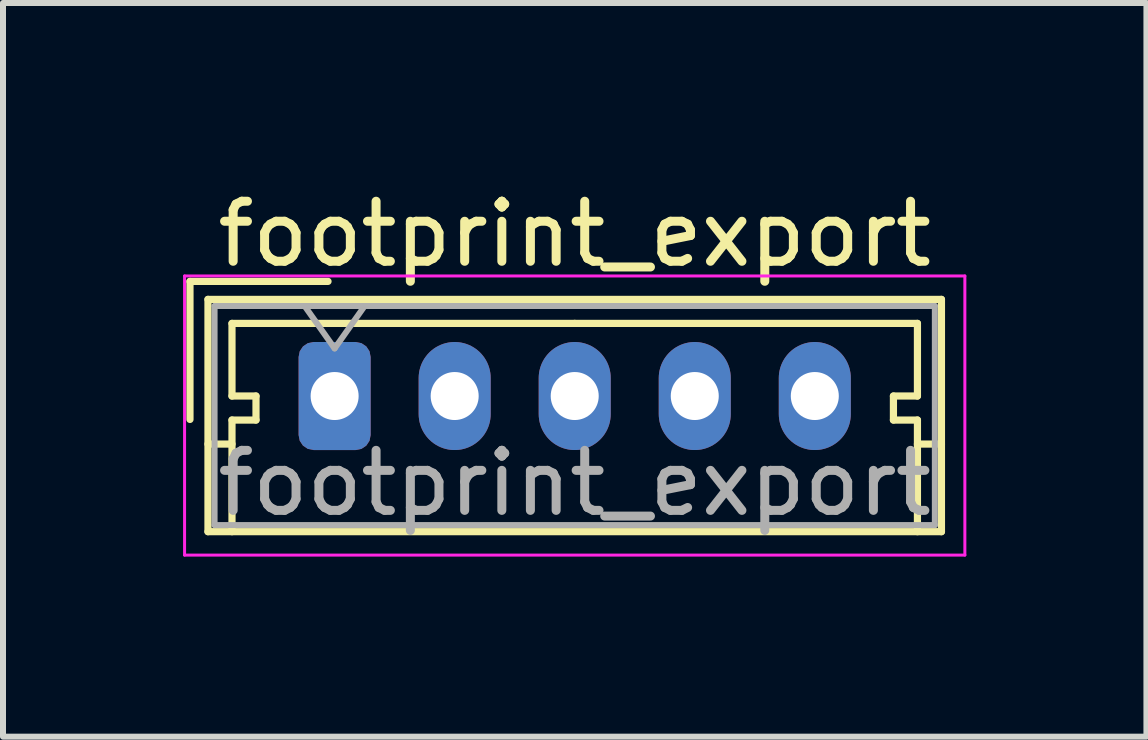
<source format=kicad_pcb>
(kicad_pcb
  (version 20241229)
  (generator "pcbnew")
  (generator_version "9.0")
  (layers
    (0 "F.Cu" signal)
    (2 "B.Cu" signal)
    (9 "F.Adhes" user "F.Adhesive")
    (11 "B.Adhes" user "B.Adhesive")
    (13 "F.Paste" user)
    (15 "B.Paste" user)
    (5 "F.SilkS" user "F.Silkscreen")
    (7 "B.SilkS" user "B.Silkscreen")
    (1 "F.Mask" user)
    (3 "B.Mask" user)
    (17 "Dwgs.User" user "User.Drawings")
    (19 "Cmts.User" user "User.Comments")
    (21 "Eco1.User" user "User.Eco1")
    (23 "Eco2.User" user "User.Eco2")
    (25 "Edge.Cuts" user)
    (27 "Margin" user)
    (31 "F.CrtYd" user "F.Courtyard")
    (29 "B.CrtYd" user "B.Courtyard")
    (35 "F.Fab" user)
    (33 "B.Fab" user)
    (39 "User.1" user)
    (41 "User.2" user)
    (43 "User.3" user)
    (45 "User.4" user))
  (footprint "footprint_export"
    (layer "F.Cu")
    (at 2.525 3.548)
    (property "Reference" "footprint_export" (at 4 -2.7 0) (layer "F.SilkS") (effects (font (size 1 1) (thickness 0.15))))
    (attr through_hole)
    (fp_line (start -2.41 -1.91) (end -2.41 0.39) (stroke (width 0.12) (type solid)) (layer "F.SilkS"))
    (fp_line (start -2.11 -1.61) (end -2.11 2.26) (stroke (width 0.12) (type solid)) (layer "F.SilkS"))
    (fp_line (start -2.11 0.8) (end -1.71 0.8) (stroke (width 0.12) (type solid)) (layer "F.SilkS"))
    (fp_line (start -2.11 2.26) (end 10.11 2.26) (stroke (width 0.12) (type solid)) (layer "F.SilkS"))
    (fp_line (start -1.71 -1.21) (end -1.71 0) (stroke (width 0.12) (type solid)) (layer "F.SilkS"))
    (fp_line (start -1.71 0) (end -1.31 0) (stroke (width 0.12) (type solid)) (layer "F.SilkS"))
    (fp_line (start -1.71 0.4) (end -1.71 2.26) (stroke (width 0.12) (type solid)) (layer "F.SilkS"))
    (fp_line (start -1.31 0) (end -1.31 0.4) (stroke (width 0.12) (type solid)) (layer "F.SilkS"))
    (fp_line (start -1.31 0.4) (end -1.71 0.4) (stroke (width 0.12) (type solid)) (layer "F.SilkS"))
    (fp_line (start -0.11 -1.91) (end -2.41 -1.91) (stroke (width 0.12) (type solid)) (layer "F.SilkS"))
    (fp_line (start 4 -1.21) (end -1.71 -1.21) (stroke (width 0.12) (type solid)) (layer "F.SilkS"))
    (fp_line (start 4 -1.21) (end 9.71 -1.21) (stroke (width 0.12) (type solid)) (layer "F.SilkS"))
    (fp_line (start 9.31 0) (end 9.31 0.4) (stroke (width 0.12) (type solid)) (layer "F.SilkS"))
    (fp_line (start 9.31 0.4) (end 9.71 0.4) (stroke (width 0.12) (type solid)) (layer "F.SilkS"))
    (fp_line (start 9.71 -1.21) (end 9.71 0) (stroke (width 0.12) (type solid)) (layer "F.SilkS"))
    (fp_line (start 9.71 0) (end 9.31 0) (stroke (width 0.12) (type solid)) (layer "F.SilkS"))
    (fp_line (start 9.71 0.4) (end 9.71 2.26) (stroke (width 0.12) (type solid)) (layer "F.SilkS"))
    (fp_line (start 10.11 -1.61) (end -2.11 -1.61) (stroke (width 0.12) (type solid)) (layer "F.SilkS"))
    (fp_line (start 10.11 0.8) (end 9.71 0.8) (stroke (width 0.12) (type solid)) (layer "F.SilkS"))
    (fp_line (start 10.11 2.26) (end 10.11 -1.61) (stroke (width 0.12) (type solid)) (layer "F.SilkS"))
    (fp_line (start -2.5 -2) (end -2.5 2.65) (stroke (width 0.05) (type solid)) (layer "F.CrtYd"))
    (fp_line (start -2.5 2.65) (end 10.5 2.65) (stroke (width 0.05) (type solid)) (layer "F.CrtYd"))
    (fp_line (start 10.5 -2) (end -2.5 -2) (stroke (width 0.05) (type solid)) (layer "F.CrtYd"))
    (fp_line (start 10.5 2.65) (end 10.5 -2) (stroke (width 0.05) (type solid)) (layer "F.CrtYd"))
    (fp_line (start -2 -1.5) (end -2 2.15) (stroke (width 0.1) (type solid)) (layer "F.Fab"))
    (fp_line (start -2 2.15) (end 10 2.15) (stroke (width 0.1) (type solid)) (layer "F.Fab"))
    (fp_line (start -0.5 -1.5) (end 0 -0.793) (stroke (width 0.1) (type solid)) (layer "F.Fab"))
    (fp_line (start 0 -0.793) (end 0.5 -1.5) (stroke (width 0.1) (type solid)) (layer "F.Fab"))
    (fp_line (start 10 -1.5) (end -2 -1.5) (stroke (width 0.1) (type solid)) (layer "F.Fab"))
    (fp_line (start 10 2.15) (end 10 -1.5) (stroke (width 0.1) (type solid)) (layer "F.Fab"))
    (fp_text user "${REFERENCE}" (at 4 1.45 0) (layer "F.Fab") (effects (font (size 1 1) (thickness 0.15))))
    (pad "1" thru_hole roundrect (at 0 0) (size 1.2 1.8) (drill 0.8) (layers "*.Cu" "*.Mask") (roundrect_rratio 0.208))
    (pad "2" thru_hole oval (at 2 0) (size 1.2 1.8) (drill 0.8) (layers "*.Cu" "*.Mask"))
    (pad "3" thru_hole oval (at 4 0) (size 1.2 1.8) (drill 0.8) (layers "*.Cu" "*.Mask"))
    (pad "4" thru_hole oval (at 6 0) (size 1.2 1.8) (drill 0.8) (layers "*.Cu" "*.Mask"))
    (pad "5" thru_hole oval (at 8 0) (size 1.2 1.8) (drill 0.8) (layers "*.Cu" "*.Mask")))
  (gr_rect
    (start -3 -3)
    (end 16.05 9.223)
    (stroke (width 0.1) (type default))
    (fill no)
    (layer "Edge.Cuts")))
</source>
